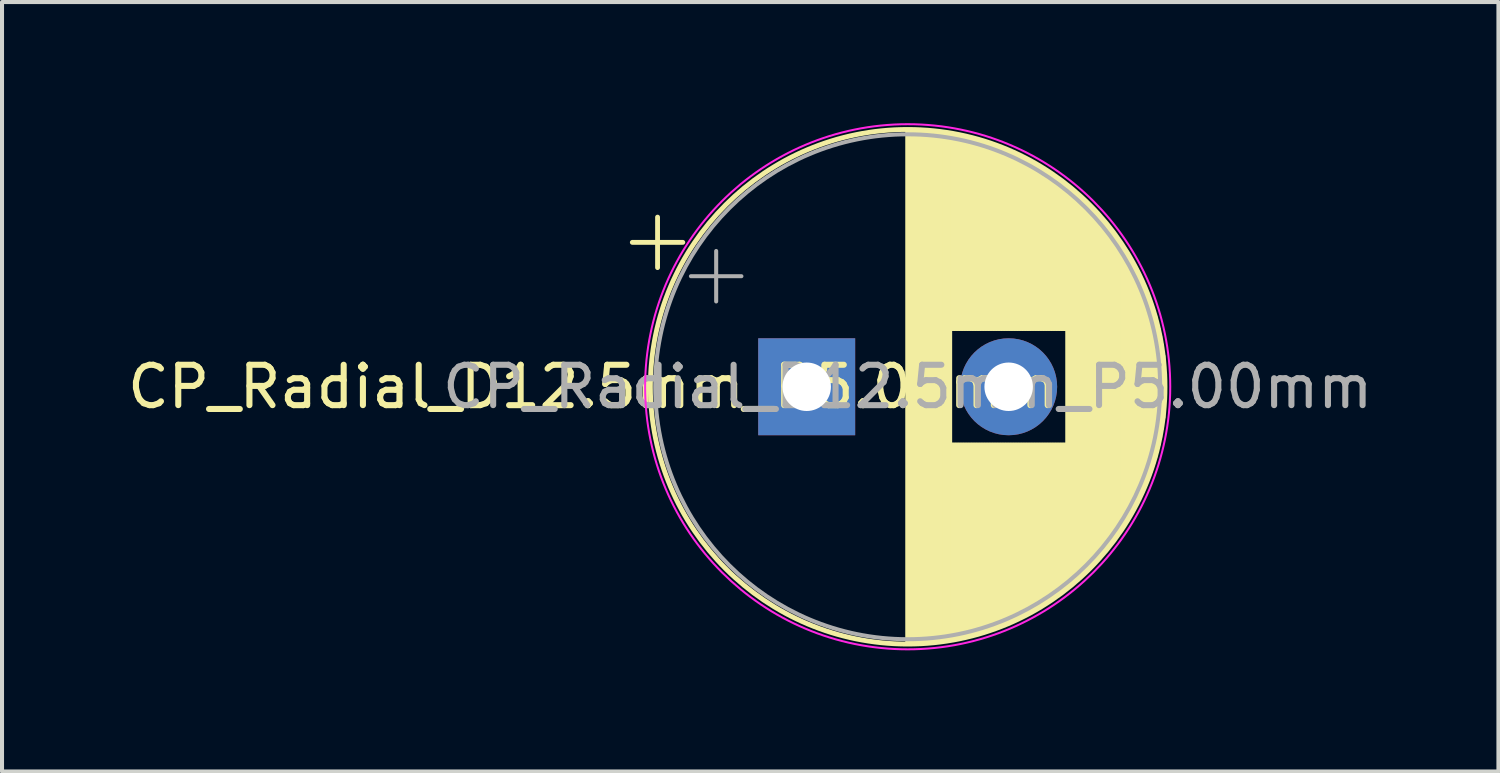
<source format=kicad_pcb>
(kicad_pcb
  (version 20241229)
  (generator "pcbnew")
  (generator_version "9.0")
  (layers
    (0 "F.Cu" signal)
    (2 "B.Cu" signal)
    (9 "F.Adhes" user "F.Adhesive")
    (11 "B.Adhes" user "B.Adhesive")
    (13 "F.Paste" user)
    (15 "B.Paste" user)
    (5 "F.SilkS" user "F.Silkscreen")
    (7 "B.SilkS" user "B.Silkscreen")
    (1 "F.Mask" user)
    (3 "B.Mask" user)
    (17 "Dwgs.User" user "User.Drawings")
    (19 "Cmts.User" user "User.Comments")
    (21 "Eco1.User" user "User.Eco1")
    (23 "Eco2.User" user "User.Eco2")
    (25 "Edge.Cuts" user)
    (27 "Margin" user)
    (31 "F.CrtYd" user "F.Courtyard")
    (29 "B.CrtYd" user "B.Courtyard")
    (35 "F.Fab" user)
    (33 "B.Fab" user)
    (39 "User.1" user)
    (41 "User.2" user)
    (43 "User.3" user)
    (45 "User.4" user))
  (footprint "CP_Radial_D12.5mm_P5.00mm"
    (layer "F.Cu")
    (at 16.921 6.525)
    (property "Reference" "CP_Radial_D12.5mm_P5.00mm" (at -5.296 0 0) (layer "F.SilkS") (effects (font (size 1 1) (thickness 0.15))))
    (attr through_hole)
    (fp_line (start -4.317 -3.575) (end -3.067 -3.575) (stroke (width 0.12) (type solid)) (layer "F.SilkS"))
    (fp_line (start -3.692 -4.2) (end -3.692 -2.95) (stroke (width 0.12) (type solid)) (layer "F.SilkS"))
    (fp_line (start 2.5 -6.33) (end 2.5 6.33) (stroke (width 0.12) (type solid)) (layer "F.SilkS"))
    (fp_line (start 2.54 -6.33) (end 2.54 6.33) (stroke (width 0.12) (type solid)) (layer "F.SilkS"))
    (fp_line (start 2.58 -6.33) (end 2.58 6.33) (stroke (width 0.12) (type solid)) (layer "F.SilkS"))
    (fp_line (start 2.62 -6.329) (end 2.62 6.329) (stroke (width 0.12) (type solid)) (layer "F.SilkS"))
    (fp_line (start 2.66 -6.328) (end 2.66 6.328) (stroke (width 0.12) (type solid)) (layer "F.SilkS"))
    (fp_line (start 2.7 -6.327) (end 2.7 6.327) (stroke (width 0.12) (type solid)) (layer "F.SilkS"))
    (fp_line (start 2.74 -6.326) (end 2.74 6.326) (stroke (width 0.12) (type solid)) (layer "F.SilkS"))
    (fp_line (start 2.78 -6.324) (end 2.78 6.324) (stroke (width 0.12) (type solid)) (layer "F.SilkS"))
    (fp_line (start 2.82 -6.322) (end 2.82 6.322) (stroke (width 0.12) (type solid)) (layer "F.SilkS"))
    (fp_line (start 2.86 -6.32) (end 2.86 6.32) (stroke (width 0.12) (type solid)) (layer "F.SilkS"))
    (fp_line (start 2.9 -6.318) (end 2.9 6.318) (stroke (width 0.12) (type solid)) (layer "F.SilkS"))
    (fp_line (start 2.94 -6.315) (end 2.94 6.315) (stroke (width 0.12) (type solid)) (layer "F.SilkS"))
    (fp_line (start 2.98 -6.312) (end 2.98 6.312) (stroke (width 0.12) (type solid)) (layer "F.SilkS"))
    (fp_line (start 3.02 -6.309) (end 3.02 6.309) (stroke (width 0.12) (type solid)) (layer "F.SilkS"))
    (fp_line (start 3.06 -6.306) (end 3.06 6.306) (stroke (width 0.12) (type solid)) (layer "F.SilkS"))
    (fp_line (start 3.1 -6.302) (end 3.1 6.302) (stroke (width 0.12) (type solid)) (layer "F.SilkS"))
    (fp_line (start 3.14 -6.298) (end 3.14 6.298) (stroke (width 0.12) (type solid)) (layer "F.SilkS"))
    (fp_line (start 3.18 -6.294) (end 3.18 6.294) (stroke (width 0.12) (type solid)) (layer "F.SilkS"))
    (fp_line (start 3.221 -6.29) (end 3.221 6.29) (stroke (width 0.12) (type solid)) (layer "F.SilkS"))
    (fp_line (start 3.261 -6.285) (end 3.261 6.285) (stroke (width 0.12) (type solid)) (layer "F.SilkS"))
    (fp_line (start 3.301 -6.28) (end 3.301 6.28) (stroke (width 0.12) (type solid)) (layer "F.SilkS"))
    (fp_line (start 3.341 -6.275) (end 3.341 6.275) (stroke (width 0.12) (type solid)) (layer "F.SilkS"))
    (fp_line (start 3.381 -6.269) (end 3.381 6.269) (stroke (width 0.12) (type solid)) (layer "F.SilkS"))
    (fp_line (start 3.421 -6.264) (end 3.421 6.264) (stroke (width 0.12) (type solid)) (layer "F.SilkS"))
    (fp_line (start 3.461 -6.258) (end 3.461 6.258) (stroke (width 0.12) (type solid)) (layer "F.SilkS"))
    (fp_line (start 3.501 -6.252) (end 3.501 6.252) (stroke (width 0.12) (type solid)) (layer "F.SilkS"))
    (fp_line (start 3.541 -6.245) (end 3.541 6.245) (stroke (width 0.12) (type solid)) (layer "F.SilkS"))
    (fp_line (start 3.581 -6.238) (end 3.581 -1.44) (stroke (width 0.12) (type solid)) (layer "F.SilkS"))
    (fp_line (start 3.581 1.44) (end 3.581 6.238) (stroke (width 0.12) (type solid)) (layer "F.SilkS"))
    (fp_line (start 3.621 -6.231) (end 3.621 -1.44) (stroke (width 0.12) (type solid)) (layer "F.SilkS"))
    (fp_line (start 3.621 1.44) (end 3.621 6.231) (stroke (width 0.12) (type solid)) (layer "F.SilkS"))
    (fp_line (start 3.661 -6.224) (end 3.661 -1.44) (stroke (width 0.12) (type solid)) (layer "F.SilkS"))
    (fp_line (start 3.661 1.44) (end 3.661 6.224) (stroke (width 0.12) (type solid)) (layer "F.SilkS"))
    (fp_line (start 3.701 -6.216) (end 3.701 -1.44) (stroke (width 0.12) (type solid)) (layer "F.SilkS"))
    (fp_line (start 3.701 1.44) (end 3.701 6.216) (stroke (width 0.12) (type solid)) (layer "F.SilkS"))
    (fp_line (start 3.741 -6.209) (end 3.741 -1.44) (stroke (width 0.12) (type solid)) (layer "F.SilkS"))
    (fp_line (start 3.741 1.44) (end 3.741 6.209) (stroke (width 0.12) (type solid)) (layer "F.SilkS"))
    (fp_line (start 3.781 -6.201) (end 3.781 -1.44) (stroke (width 0.12) (type solid)) (layer "F.SilkS"))
    (fp_line (start 3.781 1.44) (end 3.781 6.201) (stroke (width 0.12) (type solid)) (layer "F.SilkS"))
    (fp_line (start 3.821 -6.192) (end 3.821 -1.44) (stroke (width 0.12) (type solid)) (layer "F.SilkS"))
    (fp_line (start 3.821 1.44) (end 3.821 6.192) (stroke (width 0.12) (type solid)) (layer "F.SilkS"))
    (fp_line (start 3.861 -6.184) (end 3.861 -1.44) (stroke (width 0.12) (type solid)) (layer "F.SilkS"))
    (fp_line (start 3.861 1.44) (end 3.861 6.184) (stroke (width 0.12) (type solid)) (layer "F.SilkS"))
    (fp_line (start 3.901 -6.175) (end 3.901 -1.44) (stroke (width 0.12) (type solid)) (layer "F.SilkS"))
    (fp_line (start 3.901 1.44) (end 3.901 6.175) (stroke (width 0.12) (type solid)) (layer "F.SilkS"))
    (fp_line (start 3.941 -6.166) (end 3.941 -1.44) (stroke (width 0.12) (type solid)) (layer "F.SilkS"))
    (fp_line (start 3.941 1.44) (end 3.941 6.166) (stroke (width 0.12) (type solid)) (layer "F.SilkS"))
    (fp_line (start 3.981 -6.156) (end 3.981 -1.44) (stroke (width 0.12) (type solid)) (layer "F.SilkS"))
    (fp_line (start 3.981 1.44) (end 3.981 6.156) (stroke (width 0.12) (type solid)) (layer "F.SilkS"))
    (fp_line (start 4.021 -6.146) (end 4.021 -1.44) (stroke (width 0.12) (type solid)) (layer "F.SilkS"))
    (fp_line (start 4.021 1.44) (end 4.021 6.146) (stroke (width 0.12) (type solid)) (layer "F.SilkS"))
    (fp_line (start 4.061 -6.137) (end 4.061 -1.44) (stroke (width 0.12) (type solid)) (layer "F.SilkS"))
    (fp_line (start 4.061 1.44) (end 4.061 6.137) (stroke (width 0.12) (type solid)) (layer "F.SilkS"))
    (fp_line (start 4.101 -6.126) (end 4.101 -1.44) (stroke (width 0.12) (type solid)) (layer "F.SilkS"))
    (fp_line (start 4.101 1.44) (end 4.101 6.126) (stroke (width 0.12) (type solid)) (layer "F.SilkS"))
    (fp_line (start 4.141 -6.116) (end 4.141 -1.44) (stroke (width 0.12) (type solid)) (layer "F.SilkS"))
    (fp_line (start 4.141 1.44) (end 4.141 6.116) (stroke (width 0.12) (type solid)) (layer "F.SilkS"))
    (fp_line (start 4.181 -6.105) (end 4.181 -1.44) (stroke (width 0.12) (type solid)) (layer "F.SilkS"))
    (fp_line (start 4.181 1.44) (end 4.181 6.105) (stroke (width 0.12) (type solid)) (layer "F.SilkS"))
    (fp_line (start 4.221 -6.094) (end 4.221 -1.44) (stroke (width 0.12) (type solid)) (layer "F.SilkS"))
    (fp_line (start 4.221 1.44) (end 4.221 6.094) (stroke (width 0.12) (type solid)) (layer "F.SilkS"))
    (fp_line (start 4.261 -6.083) (end 4.261 -1.44) (stroke (width 0.12) (type solid)) (layer "F.SilkS"))
    (fp_line (start 4.261 1.44) (end 4.261 6.083) (stroke (width 0.12) (type solid)) (layer "F.SilkS"))
    (fp_line (start 4.301 -6.071) (end 4.301 -1.44) (stroke (width 0.12) (type solid)) (layer "F.SilkS"))
    (fp_line (start 4.301 1.44) (end 4.301 6.071) (stroke (width 0.12) (type solid)) (layer "F.SilkS"))
    (fp_line (start 4.341 -6.059) (end 4.341 -1.44) (stroke (width 0.12) (type solid)) (layer "F.SilkS"))
    (fp_line (start 4.341 1.44) (end 4.341 6.059) (stroke (width 0.12) (type solid)) (layer "F.SilkS"))
    (fp_line (start 4.381 -6.047) (end 4.381 -1.44) (stroke (width 0.12) (type solid)) (layer "F.SilkS"))
    (fp_line (start 4.381 1.44) (end 4.381 6.047) (stroke (width 0.12) (type solid)) (layer "F.SilkS"))
    (fp_line (start 4.421 -6.034) (end 4.421 -1.44) (stroke (width 0.12) (type solid)) (layer "F.SilkS"))
    (fp_line (start 4.421 1.44) (end 4.421 6.034) (stroke (width 0.12) (type solid)) (layer "F.SilkS"))
    (fp_line (start 4.461 -6.021) (end 4.461 -1.44) (stroke (width 0.12) (type solid)) (layer "F.SilkS"))
    (fp_line (start 4.461 1.44) (end 4.461 6.021) (stroke (width 0.12) (type solid)) (layer "F.SilkS"))
    (fp_line (start 4.501 -6.008) (end 4.501 -1.44) (stroke (width 0.12) (type solid)) (layer "F.SilkS"))
    (fp_line (start 4.501 1.44) (end 4.501 6.008) (stroke (width 0.12) (type solid)) (layer "F.SilkS"))
    (fp_line (start 4.541 -5.995) (end 4.541 -1.44) (stroke (width 0.12) (type solid)) (layer "F.SilkS"))
    (fp_line (start 4.541 1.44) (end 4.541 5.995) (stroke (width 0.12) (type solid)) (layer "F.SilkS"))
    (fp_line (start 4.581 -5.981) (end 4.581 -1.44) (stroke (width 0.12) (type solid)) (layer "F.SilkS"))
    (fp_line (start 4.581 1.44) (end 4.581 5.981) (stroke (width 0.12) (type solid)) (layer "F.SilkS"))
    (fp_line (start 4.621 -5.967) (end 4.621 -1.44) (stroke (width 0.12) (type solid)) (layer "F.SilkS"))
    (fp_line (start 4.621 1.44) (end 4.621 5.967) (stroke (width 0.12) (type solid)) (layer "F.SilkS"))
    (fp_line (start 4.661 -5.953) (end 4.661 -1.44) (stroke (width 0.12) (type solid)) (layer "F.SilkS"))
    (fp_line (start 4.661 1.44) (end 4.661 5.953) (stroke (width 0.12) (type solid)) (layer "F.SilkS"))
    (fp_line (start 4.701 -5.939) (end 4.701 -1.44) (stroke (width 0.12) (type solid)) (layer "F.SilkS"))
    (fp_line (start 4.701 1.44) (end 4.701 5.939) (stroke (width 0.12) (type solid)) (layer "F.SilkS"))
    (fp_line (start 4.741 -5.924) (end 4.741 -1.44) (stroke (width 0.12) (type solid)) (layer "F.SilkS"))
    (fp_line (start 4.741 1.44) (end 4.741 5.924) (stroke (width 0.12) (type solid)) (layer "F.SilkS"))
    (fp_line (start 4.781 -5.908) (end 4.781 -1.44) (stroke (width 0.12) (type solid)) (layer "F.SilkS"))
    (fp_line (start 4.781 1.44) (end 4.781 5.908) (stroke (width 0.12) (type solid)) (layer "F.SilkS"))
    (fp_line (start 4.821 -5.893) (end 4.821 -1.44) (stroke (width 0.12) (type solid)) (layer "F.SilkS"))
    (fp_line (start 4.821 1.44) (end 4.821 5.893) (stroke (width 0.12) (type solid)) (layer "F.SilkS"))
    (fp_line (start 4.861 -5.877) (end 4.861 -1.44) (stroke (width 0.12) (type solid)) (layer "F.SilkS"))
    (fp_line (start 4.861 1.44) (end 4.861 5.877) (stroke (width 0.12) (type solid)) (layer "F.SilkS"))
    (fp_line (start 4.901 -5.861) (end 4.901 -1.44) (stroke (width 0.12) (type solid)) (layer "F.SilkS"))
    (fp_line (start 4.901 1.44) (end 4.901 5.861) (stroke (width 0.12) (type solid)) (layer "F.SilkS"))
    (fp_line (start 4.941 -5.845) (end 4.941 -1.44) (stroke (width 0.12) (type solid)) (layer "F.SilkS"))
    (fp_line (start 4.941 1.44) (end 4.941 5.845) (stroke (width 0.12) (type solid)) (layer "F.SilkS"))
    (fp_line (start 4.981 -5.828) (end 4.981 -1.44) (stroke (width 0.12) (type solid)) (layer "F.SilkS"))
    (fp_line (start 4.981 1.44) (end 4.981 5.828) (stroke (width 0.12) (type solid)) (layer "F.SilkS"))
    (fp_line (start 5.021 -5.811) (end 5.021 -1.44) (stroke (width 0.12) (type solid)) (layer "F.SilkS"))
    (fp_line (start 5.021 1.44) (end 5.021 5.811) (stroke (width 0.12) (type solid)) (layer "F.SilkS"))
    (fp_line (start 5.061 -5.793) (end 5.061 -1.44) (stroke (width 0.12) (type solid)) (layer "F.SilkS"))
    (fp_line (start 5.061 1.44) (end 5.061 5.793) (stroke (width 0.12) (type solid)) (layer "F.SilkS"))
    (fp_line (start 5.101 -5.776) (end 5.101 -1.44) (stroke (width 0.12) (type solid)) (layer "F.SilkS"))
    (fp_line (start 5.101 1.44) (end 5.101 5.776) (stroke (width 0.12) (type solid)) (layer "F.SilkS"))
    (fp_line (start 5.141 -5.758) (end 5.141 -1.44) (stroke (width 0.12) (type solid)) (layer "F.SilkS"))
    (fp_line (start 5.141 1.44) (end 5.141 5.758) (stroke (width 0.12) (type solid)) (layer "F.SilkS"))
    (fp_line (start 5.181 -5.739) (end 5.181 -1.44) (stroke (width 0.12) (type solid)) (layer "F.SilkS"))
    (fp_line (start 5.181 1.44) (end 5.181 5.739) (stroke (width 0.12) (type solid)) (layer "F.SilkS"))
    (fp_line (start 5.221 -5.721) (end 5.221 -1.44) (stroke (width 0.12) (type solid)) (layer "F.SilkS"))
    (fp_line (start 5.221 1.44) (end 5.221 5.721) (stroke (width 0.12) (type solid)) (layer "F.SilkS"))
    (fp_line (start 5.261 -5.702) (end 5.261 -1.44) (stroke (width 0.12) (type solid)) (layer "F.SilkS"))
    (fp_line (start 5.261 1.44) (end 5.261 5.702) (stroke (width 0.12) (type solid)) (layer "F.SilkS"))
    (fp_line (start 5.301 -5.682) (end 5.301 -1.44) (stroke (width 0.12) (type solid)) (layer "F.SilkS"))
    (fp_line (start 5.301 1.44) (end 5.301 5.682) (stroke (width 0.12) (type solid)) (layer "F.SilkS"))
    (fp_line (start 5.341 -5.662) (end 5.341 -1.44) (stroke (width 0.12) (type solid)) (layer "F.SilkS"))
    (fp_line (start 5.341 1.44) (end 5.341 5.662) (stroke (width 0.12) (type solid)) (layer "F.SilkS"))
    (fp_line (start 5.381 -5.642) (end 5.381 -1.44) (stroke (width 0.12) (type solid)) (layer "F.SilkS"))
    (fp_line (start 5.381 1.44) (end 5.381 5.642) (stroke (width 0.12) (type solid)) (layer "F.SilkS"))
    (fp_line (start 5.421 -5.622) (end 5.421 -1.44) (stroke (width 0.12) (type solid)) (layer "F.SilkS"))
    (fp_line (start 5.421 1.44) (end 5.421 5.622) (stroke (width 0.12) (type solid)) (layer "F.SilkS"))
    (fp_line (start 5.461 -5.601) (end 5.461 -1.44) (stroke (width 0.12) (type solid)) (layer "F.SilkS"))
    (fp_line (start 5.461 1.44) (end 5.461 5.601) (stroke (width 0.12) (type solid)) (layer "F.SilkS"))
    (fp_line (start 5.501 -5.58) (end 5.501 -1.44) (stroke (width 0.12) (type solid)) (layer "F.SilkS"))
    (fp_line (start 5.501 1.44) (end 5.501 5.58) (stroke (width 0.12) (type solid)) (layer "F.SilkS"))
    (fp_line (start 5.541 -5.558) (end 5.541 -1.44) (stroke (width 0.12) (type solid)) (layer "F.SilkS"))
    (fp_line (start 5.541 1.44) (end 5.541 5.558) (stroke (width 0.12) (type solid)) (layer "F.SilkS"))
    (fp_line (start 5.581 -5.536) (end 5.581 -1.44) (stroke (width 0.12) (type solid)) (layer "F.SilkS"))
    (fp_line (start 5.581 1.44) (end 5.581 5.536) (stroke (width 0.12) (type solid)) (layer "F.SilkS"))
    (fp_line (start 5.621 -5.514) (end 5.621 -1.44) (stroke (width 0.12) (type solid)) (layer "F.SilkS"))
    (fp_line (start 5.621 1.44) (end 5.621 5.514) (stroke (width 0.12) (type solid)) (layer "F.SilkS"))
    (fp_line (start 5.661 -5.491) (end 5.661 -1.44) (stroke (width 0.12) (type solid)) (layer "F.SilkS"))
    (fp_line (start 5.661 1.44) (end 5.661 5.491) (stroke (width 0.12) (type solid)) (layer "F.SilkS"))
    (fp_line (start 5.701 -5.468) (end 5.701 -1.44) (stroke (width 0.12) (type solid)) (layer "F.SilkS"))
    (fp_line (start 5.701 1.44) (end 5.701 5.468) (stroke (width 0.12) (type solid)) (layer "F.SilkS"))
    (fp_line (start 5.741 -5.445) (end 5.741 -1.44) (stroke (width 0.12) (type solid)) (layer "F.SilkS"))
    (fp_line (start 5.741 1.44) (end 5.741 5.445) (stroke (width 0.12) (type solid)) (layer "F.SilkS"))
    (fp_line (start 5.781 -5.421) (end 5.781 -1.44) (stroke (width 0.12) (type solid)) (layer "F.SilkS"))
    (fp_line (start 5.781 1.44) (end 5.781 5.421) (stroke (width 0.12) (type solid)) (layer "F.SilkS"))
    (fp_line (start 5.821 -5.397) (end 5.821 -1.44) (stroke (width 0.12) (type solid)) (layer "F.SilkS"))
    (fp_line (start 5.821 1.44) (end 5.821 5.397) (stroke (width 0.12) (type solid)) (layer "F.SilkS"))
    (fp_line (start 5.861 -5.372) (end 5.861 -1.44) (stroke (width 0.12) (type solid)) (layer "F.SilkS"))
    (fp_line (start 5.861 1.44) (end 5.861 5.372) (stroke (width 0.12) (type solid)) (layer "F.SilkS"))
    (fp_line (start 5.901 -5.347) (end 5.901 -1.44) (stroke (width 0.12) (type solid)) (layer "F.SilkS"))
    (fp_line (start 5.901 1.44) (end 5.901 5.347) (stroke (width 0.12) (type solid)) (layer "F.SilkS"))
    (fp_line (start 5.941 -5.322) (end 5.941 -1.44) (stroke (width 0.12) (type solid)) (layer "F.SilkS"))
    (fp_line (start 5.941 1.44) (end 5.941 5.322) (stroke (width 0.12) (type solid)) (layer "F.SilkS"))
    (fp_line (start 5.981 -5.296) (end 5.981 -1.44) (stroke (width 0.12) (type solid)) (layer "F.SilkS"))
    (fp_line (start 5.981 1.44) (end 5.981 5.296) (stroke (width 0.12) (type solid)) (layer "F.SilkS"))
    (fp_line (start 6.021 -5.27) (end 6.021 -1.44) (stroke (width 0.12) (type solid)) (layer "F.SilkS"))
    (fp_line (start 6.021 1.44) (end 6.021 5.27) (stroke (width 0.12) (type solid)) (layer "F.SilkS"))
    (fp_line (start 6.061 -5.243) (end 6.061 -1.44) (stroke (width 0.12) (type solid)) (layer "F.SilkS"))
    (fp_line (start 6.061 1.44) (end 6.061 5.243) (stroke (width 0.12) (type solid)) (layer "F.SilkS"))
    (fp_line (start 6.101 -5.216) (end 6.101 -1.44) (stroke (width 0.12) (type solid)) (layer "F.SilkS"))
    (fp_line (start 6.101 1.44) (end 6.101 5.216) (stroke (width 0.12) (type solid)) (layer "F.SilkS"))
    (fp_line (start 6.141 -5.188) (end 6.141 -1.44) (stroke (width 0.12) (type solid)) (layer "F.SilkS"))
    (fp_line (start 6.141 1.44) (end 6.141 5.188) (stroke (width 0.12) (type solid)) (layer "F.SilkS"))
    (fp_line (start 6.181 -5.16) (end 6.181 -1.44) (stroke (width 0.12) (type solid)) (layer "F.SilkS"))
    (fp_line (start 6.181 1.44) (end 6.181 5.16) (stroke (width 0.12) (type solid)) (layer "F.SilkS"))
    (fp_line (start 6.221 -5.131) (end 6.221 -1.44) (stroke (width 0.12) (type solid)) (layer "F.SilkS"))
    (fp_line (start 6.221 1.44) (end 6.221 5.131) (stroke (width 0.12) (type solid)) (layer "F.SilkS"))
    (fp_line (start 6.261 -5.102) (end 6.261 -1.44) (stroke (width 0.12) (type solid)) (layer "F.SilkS"))
    (fp_line (start 6.261 1.44) (end 6.261 5.102) (stroke (width 0.12) (type solid)) (layer "F.SilkS"))
    (fp_line (start 6.301 -5.073) (end 6.301 -1.44) (stroke (width 0.12) (type solid)) (layer "F.SilkS"))
    (fp_line (start 6.301 1.44) (end 6.301 5.073) (stroke (width 0.12) (type solid)) (layer "F.SilkS"))
    (fp_line (start 6.341 -5.043) (end 6.341 -1.44) (stroke (width 0.12) (type solid)) (layer "F.SilkS"))
    (fp_line (start 6.341 1.44) (end 6.341 5.043) (stroke (width 0.12) (type solid)) (layer "F.SilkS"))
    (fp_line (start 6.381 -5.012) (end 6.381 -1.44) (stroke (width 0.12) (type solid)) (layer "F.SilkS"))
    (fp_line (start 6.381 1.44) (end 6.381 5.012) (stroke (width 0.12) (type solid)) (layer "F.SilkS"))
    (fp_line (start 6.421 -4.982) (end 6.421 -1.44) (stroke (width 0.12) (type solid)) (layer "F.SilkS"))
    (fp_line (start 6.421 1.44) (end 6.421 4.982) (stroke (width 0.12) (type solid)) (layer "F.SilkS"))
    (fp_line (start 6.461 -4.95) (end 6.461 4.95) (stroke (width 0.12) (type solid)) (layer "F.SilkS"))
    (fp_line (start 6.501 -4.918) (end 6.501 4.918) (stroke (width 0.12) (type solid)) (layer "F.SilkS"))
    (fp_line (start 6.541 -4.885) (end 6.541 4.885) (stroke (width 0.12) (type solid)) (layer "F.SilkS"))
    (fp_line (start 6.581 -4.852) (end 6.581 4.852) (stroke (width 0.12) (type solid)) (layer "F.SilkS"))
    (fp_line (start 6.621 -4.819) (end 6.621 4.819) (stroke (width 0.12) (type solid)) (layer "F.SilkS"))
    (fp_line (start 6.661 -4.785) (end 6.661 4.785) (stroke (width 0.12) (type solid)) (layer "F.SilkS"))
    (fp_line (start 6.701 -4.75) (end 6.701 4.75) (stroke (width 0.12) (type solid)) (layer "F.SilkS"))
    (fp_line (start 6.741 -4.714) (end 6.741 4.714) (stroke (width 0.12) (type solid)) (layer "F.SilkS"))
    (fp_line (start 6.781 -4.678) (end 6.781 4.678) (stroke (width 0.12) (type solid)) (layer "F.SilkS"))
    (fp_line (start 6.821 -4.642) (end 6.821 4.642) (stroke (width 0.12) (type solid)) (layer "F.SilkS"))
    (fp_line (start 6.861 -4.605) (end 6.861 4.605) (stroke (width 0.12) (type solid)) (layer "F.SilkS"))
    (fp_line (start 6.901 -4.567) (end 6.901 4.567) (stroke (width 0.12) (type solid)) (layer "F.SilkS"))
    (fp_line (start 6.941 -4.528) (end 6.941 4.528) (stroke (width 0.12) (type solid)) (layer "F.SilkS"))
    (fp_line (start 6.981 -4.489) (end 6.981 4.489) (stroke (width 0.12) (type solid)) (layer "F.SilkS"))
    (fp_line (start 7.021 -4.449) (end 7.021 4.449) (stroke (width 0.12) (type solid)) (layer "F.SilkS"))
    (fp_line (start 7.061 -4.408) (end 7.061 4.408) (stroke (width 0.12) (type solid)) (layer "F.SilkS"))
    (fp_line (start 7.101 -4.367) (end 7.101 4.367) (stroke (width 0.12) (type solid)) (layer "F.SilkS"))
    (fp_line (start 7.141 -4.325) (end 7.141 4.325) (stroke (width 0.12) (type solid)) (layer "F.SilkS"))
    (fp_line (start 7.181 -4.282) (end 7.181 4.282) (stroke (width 0.12) (type solid)) (layer "F.SilkS"))
    (fp_line (start 7.221 -4.238) (end 7.221 4.238) (stroke (width 0.12) (type solid)) (layer "F.SilkS"))
    (fp_line (start 7.261 -4.194) (end 7.261 4.194) (stroke (width 0.12) (type solid)) (layer "F.SilkS"))
    (fp_line (start 7.301 -4.148) (end 7.301 4.148) (stroke (width 0.12) (type solid)) (layer "F.SilkS"))
    (fp_line (start 7.341 -4.102) (end 7.341 4.102) (stroke (width 0.12) (type solid)) (layer "F.SilkS"))
    (fp_line (start 7.381 -4.055) (end 7.381 4.055) (stroke (width 0.12) (type solid)) (layer "F.SilkS"))
    (fp_line (start 7.421 -4.007) (end 7.421 4.007) (stroke (width 0.12) (type solid)) (layer "F.SilkS"))
    (fp_line (start 7.461 -3.957) (end 7.461 3.957) (stroke (width 0.12) (type solid)) (layer "F.SilkS"))
    (fp_line (start 7.501 -3.907) (end 7.501 3.907) (stroke (width 0.12) (type solid)) (layer "F.SilkS"))
    (fp_line (start 7.541 -3.856) (end 7.541 3.856) (stroke (width 0.12) (type solid)) (layer "F.SilkS"))
    (fp_line (start 7.581 -3.804) (end 7.581 3.804) (stroke (width 0.12) (type solid)) (layer "F.SilkS"))
    (fp_line (start 7.621 -3.75) (end 7.621 3.75) (stroke (width 0.12) (type solid)) (layer "F.SilkS"))
    (fp_line (start 7.661 -3.696) (end 7.661 3.696) (stroke (width 0.12) (type solid)) (layer "F.SilkS"))
    (fp_line (start 7.701 -3.64) (end 7.701 3.64) (stroke (width 0.12) (type solid)) (layer "F.SilkS"))
    (fp_line (start 7.741 -3.583) (end 7.741 3.583) (stroke (width 0.12) (type solid)) (layer "F.SilkS"))
    (fp_line (start 7.781 -3.524) (end 7.781 3.524) (stroke (width 0.12) (type solid)) (layer "F.SilkS"))
    (fp_line (start 7.821 -3.464) (end 7.821 3.464) (stroke (width 0.12) (type solid)) (layer "F.SilkS"))
    (fp_line (start 7.861 -3.402) (end 7.861 3.402) (stroke (width 0.12) (type solid)) (layer "F.SilkS"))
    (fp_line (start 7.901 -3.339) (end 7.901 3.339) (stroke (width 0.12) (type solid)) (layer "F.SilkS"))
    (fp_line (start 7.941 -3.275) (end 7.941 3.275) (stroke (width 0.12) (type solid)) (layer "F.SilkS"))
    (fp_line (start 7.981 -3.208) (end 7.981 3.208) (stroke (width 0.12) (type solid)) (layer "F.SilkS"))
    (fp_line (start 8.021 -3.14) (end 8.021 3.14) (stroke (width 0.12) (type solid)) (layer "F.SilkS"))
    (fp_line (start 8.061 -3.069) (end 8.061 3.069) (stroke (width 0.12) (type solid)) (layer "F.SilkS"))
    (fp_line (start 8.101 -2.996) (end 8.101 2.996) (stroke (width 0.12) (type solid)) (layer "F.SilkS"))
    (fp_line (start 8.141 -2.921) (end 8.141 2.921) (stroke (width 0.12) (type solid)) (layer "F.SilkS"))
    (fp_line (start 8.181 -2.844) (end 8.181 2.844) (stroke (width 0.12) (type solid)) (layer "F.SilkS"))
    (fp_line (start 8.221 -2.764) (end 8.221 2.764) (stroke (width 0.12) (type solid)) (layer "F.SilkS"))
    (fp_line (start 8.261 -2.681) (end 8.261 2.681) (stroke (width 0.12) (type solid)) (layer "F.SilkS"))
    (fp_line (start 8.301 -2.594) (end 8.301 2.594) (stroke (width 0.12) (type solid)) (layer "F.SilkS"))
    (fp_line (start 8.341 -2.504) (end 8.341 2.504) (stroke (width 0.12) (type solid)) (layer "F.SilkS"))
    (fp_line (start 8.381 -2.41) (end 8.381 2.41) (stroke (width 0.12) (type solid)) (layer "F.SilkS"))
    (fp_line (start 8.421 -2.312) (end 8.421 2.312) (stroke (width 0.12) (type solid)) (layer "F.SilkS"))
    (fp_line (start 8.461 -2.209) (end 8.461 2.209) (stroke (width 0.12) (type solid)) (layer "F.SilkS"))
    (fp_line (start 8.501 -2.1) (end 8.501 2.1) (stroke (width 0.12) (type solid)) (layer "F.SilkS"))
    (fp_line (start 8.541 -1.984) (end 8.541 1.984) (stroke (width 0.12) (type solid)) (layer "F.SilkS"))
    (fp_line (start 8.581 -1.861) (end 8.581 1.861) (stroke (width 0.12) (type solid)) (layer "F.SilkS"))
    (fp_line (start 8.621 -1.728) (end 8.621 1.728) (stroke (width 0.12) (type solid)) (layer "F.SilkS"))
    (fp_line (start 8.661 -1.583) (end 8.661 1.583) (stroke (width 0.12) (type solid)) (layer "F.SilkS"))
    (fp_line (start 8.701 -1.422) (end 8.701 1.422) (stroke (width 0.12) (type solid)) (layer "F.SilkS"))
    (fp_line (start 8.741 -1.241) (end 8.741 1.241) (stroke (width 0.12) (type solid)) (layer "F.SilkS"))
    (fp_line (start 8.781 -1.028) (end 8.781 1.028) (stroke (width 0.12) (type solid)) (layer "F.SilkS"))
    (fp_line (start 8.821 -0.757) (end 8.821 0.757) (stroke (width 0.12) (type solid)) (layer "F.SilkS"))
    (fp_line (start 8.861 -0.317) (end 8.861 0.317) (stroke (width 0.12) (type solid)) (layer "F.SilkS"))
    (fp_circle (center 2.5 0) (end 8.87 0) (stroke (width 0.12) (type solid)) (fill no) (layer "F.SilkS"))
    (fp_circle (center 2.5 0) (end 9 0) (stroke (width 0.05) (type solid)) (fill no) (layer "F.CrtYd"))
    (fp_line (start -2.866 -2.737) (end -1.616 -2.737) (stroke (width 0.1) (type solid)) (layer "F.Fab"))
    (fp_line (start -2.241 -3.362) (end -2.241 -2.112) (stroke (width 0.1) (type solid)) (layer "F.Fab"))
    (fp_circle (center 2.5 0) (end 8.75 0) (stroke (width 0.1) (type solid)) (fill no) (layer "F.Fab"))
    (fp_text user "${REFERENCE}" (at 2.5 0 0) (layer "F.Fab") (effects (font (size 1 1) (thickness 0.15))))
    (pad "1" thru_hole rect (at 0 0) (size 2.4 2.4) (drill 1.2) (layers "*.Cu" "*.Mask"))
    (pad "2" thru_hole circle (at 5 0) (size 2.4 2.4) (drill 1.2) (layers "*.Cu" "*.Mask")))
  (gr_rect
    (start -3 -3)
    (end 34.046 16.05)
    (stroke (width 0.1) (type default))
    (fill no)
    (layer "Edge.Cuts")))
</source>
